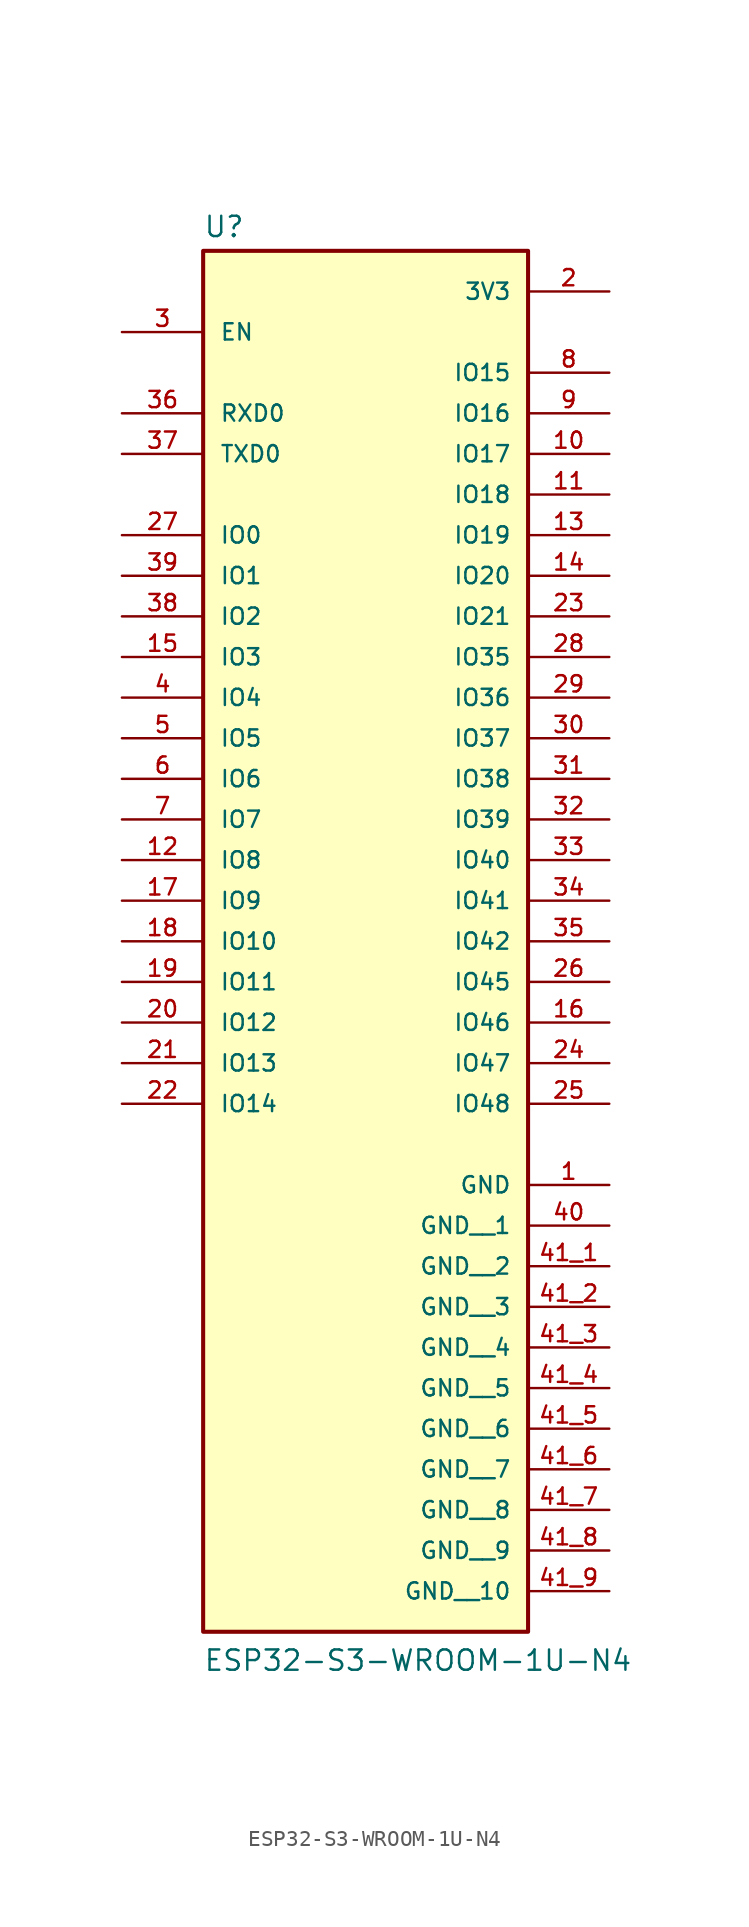
<source format=kicad_sym>
(kicad_symbol_lib
  (version 20211014)
  (generator kicad_symbol_editor)
  (symbol "ESP32-S3-WROOM-1U-N4"
    (pin_names
      (offset 1.016))
    (property "Reference" "U"
      (at -10.16 31.242 0)
      (effects (font (size 1.27 1.27)) (justify bottom left)))
    (property "Value" "ESP32-S3-WROOM-1U-N4"
      (at -10.16 -58.42 0)
      (effects (font (size 1.27 1.27)) (justify bottom left)))
    (symbol "ESP32-S3-WROOM-1U-N4_0_0"
      (rectangle (start -10.16 -55.88) (end 10.16 30.48) (stroke (width 0.254)) (fill (type background)))
      (pin power_in line (at 15.24 -27.94 180.0) (length 5.08) (name "GND" (effects (font (size 1.016 1.016)))) (number "1" (effects (font (size 1.016 1.016)))))
      (pin power_in line (at 15.24 27.94 180.0) (length 5.08) (name "3V3" (effects (font (size 1.016 1.016)))) (number "2" (effects (font (size 1.016 1.016)))))
      (pin input line (at -15.24 25.4 0) (length 5.08) (name "EN" (effects (font (size 1.016 1.016)))) (number "3" (effects (font (size 1.016 1.016)))))
      (pin bidirectional line (at 15.24 5.08 180.0) (length 5.08) (name "IO35" (effects (font (size 1.016 1.016)))) (number "28" (effects (font (size 1.016 1.016)))))
      (pin bidirectional line (at 15.24 -22.86 180.0) (length 5.08) (name "IO48" (effects (font (size 1.016 1.016)))) (number "25" (effects (font (size 1.016 1.016)))))
      (pin bidirectional line (at 15.24 -10.16 180.0) (length 5.08) (name "IO41" (effects (font (size 1.016 1.016)))) (number "34" (effects (font (size 1.016 1.016)))))
      (pin bidirectional line (at 15.24 -5.08 180.0) (length 5.08) (name "IO39" (effects (font (size 1.016 1.016)))) (number "32" (effects (font (size 1.016 1.016)))))
      (pin bidirectional line (at 15.24 -20.32 180.0) (length 5.08) (name "IO47" (effects (font (size 1.016 1.016)))) (number "24" (effects (font (size 1.016 1.016)))))
      (pin bidirectional line (at 15.24 -7.62 180.0) (length 5.08) (name "IO40" (effects (font (size 1.016 1.016)))) (number "33" (effects (font (size 1.016 1.016)))))
      (pin bidirectional line (at -15.24 -22.86 0) (length 5.08) (name "IO14" (effects (font (size 1.016 1.016)))) (number "22" (effects (font (size 1.016 1.016)))))
      (pin bidirectional line (at -15.24 -17.78 0) (length 5.08) (name "IO12" (effects (font (size 1.016 1.016)))) (number "20" (effects (font (size 1.016 1.016)))))
      (pin bidirectional line (at -15.24 -20.32 0) (length 5.08) (name "IO13" (effects (font (size 1.016 1.016)))) (number "21" (effects (font (size 1.016 1.016)))))
      (pin bidirectional line (at 15.24 22.86 180.0) (length 5.08) (name "IO15" (effects (font (size 1.016 1.016)))) (number "8" (effects (font (size 1.016 1.016)))))
      (pin bidirectional line (at -15.24 7.62 0) (length 5.08) (name "IO2" (effects (font (size 1.016 1.016)))) (number "38" (effects (font (size 1.016 1.016)))))
      (pin bidirectional line (at -15.24 12.7 0) (length 5.08) (name "IO0" (effects (font (size 1.016 1.016)))) (number "27" (effects (font (size 1.016 1.016)))))
      (pin bidirectional line (at -15.24 2.54 0) (length 5.08) (name "IO4" (effects (font (size 1.016 1.016)))) (number "4" (effects (font (size 1.016 1.016)))))
      (pin bidirectional line (at 15.24 20.32 180.0) (length 5.08) (name "IO16" (effects (font (size 1.016 1.016)))) (number "9" (effects (font (size 1.016 1.016)))))
      (pin bidirectional line (at 15.24 17.78 180.0) (length 5.08) (name "IO17" (effects (font (size 1.016 1.016)))) (number "10" (effects (font (size 1.016 1.016)))))
      (pin bidirectional line (at -15.24 0.0 0) (length 5.08) (name "IO5" (effects (font (size 1.016 1.016)))) (number "5" (effects (font (size 1.016 1.016)))))
      (pin bidirectional line (at 15.24 15.24 180.0) (length 5.08) (name "IO18" (effects (font (size 1.016 1.016)))) (number "11" (effects (font (size 1.016 1.016)))))
      (pin bidirectional line (at 15.24 12.7 180.0) (length 5.08) (name "IO19" (effects (font (size 1.016 1.016)))) (number "13" (effects (font (size 1.016 1.016)))))
      (pin bidirectional line (at 15.24 7.62 180.0) (length 5.08) (name "IO21" (effects (font (size 1.016 1.016)))) (number "23" (effects (font (size 1.016 1.016)))))
      (pin bidirectional line (at 15.24 0.0 180.0) (length 5.08) (name "IO37" (effects (font (size 1.016 1.016)))) (number "30" (effects (font (size 1.016 1.016)))))
      (pin bidirectional line (at 15.24 -2.54 180.0) (length 5.08) (name "IO38" (effects (font (size 1.016 1.016)))) (number "31" (effects (font (size 1.016 1.016)))))
      (pin bidirectional line (at -15.24 10.16 0) (length 5.08) (name "IO1" (effects (font (size 1.016 1.016)))) (number "39" (effects (font (size 1.016 1.016)))))
      (pin bidirectional line (at -15.24 5.08 0) (length 5.08) (name "IO3" (effects (font (size 1.016 1.016)))) (number "15" (effects (font (size 1.016 1.016)))))
      (pin bidirectional line (at -15.24 -2.54 0) (length 5.08) (name "IO6" (effects (font (size 1.016 1.016)))) (number "6" (effects (font (size 1.016 1.016)))))
      (pin bidirectional line (at -15.24 -5.08 0) (length 5.08) (name "IO7" (effects (font (size 1.016 1.016)))) (number "7" (effects (font (size 1.016 1.016)))))
      (pin bidirectional line (at -15.24 -7.62 0) (length 5.08) (name "IO8" (effects (font (size 1.016 1.016)))) (number "12" (effects (font (size 1.016 1.016)))))
      (pin bidirectional line (at -15.24 -10.16 0) (length 5.08) (name "IO9" (effects (font (size 1.016 1.016)))) (number "17" (effects (font (size 1.016 1.016)))))
      (pin bidirectional line (at -15.24 -12.7 0) (length 5.08) (name "IO10" (effects (font (size 1.016 1.016)))) (number "18" (effects (font (size 1.016 1.016)))))
      (pin bidirectional line (at -15.24 -15.24 0) (length 5.08) (name "IO11" (effects (font (size 1.016 1.016)))) (number "19" (effects (font (size 1.016 1.016)))))
      (pin bidirectional line (at 15.24 2.54 180.0) (length 5.08) (name "IO36" (effects (font (size 1.016 1.016)))) (number "29" (effects (font (size 1.016 1.016)))))
      (pin bidirectional line (at 15.24 -12.7 180.0) (length 5.08) (name "IO42" (effects (font (size 1.016 1.016)))) (number "35" (effects (font (size 1.016 1.016)))))
      (pin bidirectional line (at 15.24 10.16 180.0) (length 5.08) (name "IO20" (effects (font (size 1.016 1.016)))) (number "14" (effects (font (size 1.016 1.016)))))
      (pin bidirectional line (at -15.24 17.78 0) (length 5.08) (name "TXD0" (effects (font (size 1.016 1.016)))) (number "37" (effects (font (size 1.016 1.016)))))
      (pin bidirectional line (at -15.24 20.32 0) (length 5.08) (name "RXD0" (effects (font (size 1.016 1.016)))) (number "36" (effects (font (size 1.016 1.016)))))
      (pin bidirectional line (at 15.24 -15.24 180.0) (length 5.08) (name "IO45" (effects (font (size 1.016 1.016)))) (number "26" (effects (font (size 1.016 1.016)))))
      (pin bidirectional line (at 15.24 -17.78 180.0) (length 5.08) (name "IO46" (effects (font (size 1.016 1.016)))) (number "16" (effects (font (size 1.016 1.016)))))
      (pin power_in line (at 15.24 -30.48 180.0) (length 5.08) (name "GND__1" (effects (font (size 1.016 1.016)))) (number "40" (effects (font (size 1.016 1.016)))))
      (pin power_in line (at 15.24 -33.02 180.0) (length 5.08) (name "GND__2" (effects (font (size 1.016 1.016)))) (number "41_1" (effects (font (size 1.016 1.016)))))
      (pin power_in line (at 15.24 -35.56 180.0) (length 5.08) (name "GND__3" (effects (font (size 1.016 1.016)))) (number "41_2" (effects (font (size 1.016 1.016)))))
      (pin power_in line (at 15.24 -38.1 180.0) (length 5.08) (name "GND__4" (effects (font (size 1.016 1.016)))) (number "41_3" (effects (font (size 1.016 1.016)))))
      (pin power_in line (at 15.24 -40.64 180.0) (length 5.08) (name "GND__5" (effects (font (size 1.016 1.016)))) (number "41_4" (effects (font (size 1.016 1.016)))))
      (pin power_in line (at 15.24 -43.18 180.0) (length 5.08) (name "GND__6" (effects (font (size 1.016 1.016)))) (number "41_5" (effects (font (size 1.016 1.016)))))
      (pin power_in line (at 15.24 -45.72 180.0) (length 5.08) (name "GND__7" (effects (font (size 1.016 1.016)))) (number "41_6" (effects (font (size 1.016 1.016)))))
      (pin power_in line (at 15.24 -48.26 180.0) (length 5.08) (name "GND__8" (effects (font (size 1.016 1.016)))) (number "41_7" (effects (font (size 1.016 1.016)))))
      (pin power_in line (at 15.24 -50.8 180.0) (length 5.08) (name "GND__9" (effects (font (size 1.016 1.016)))) (number "41_8" (effects (font (size 1.016 1.016)))))
      (pin power_in line (at 15.24 -53.34 180.0) (length 5.08) (name "GND__10" (effects (font (size 1.016 1.016)))) (number "41_9" (effects (font (size 1.016 1.016))))))))
</source>
